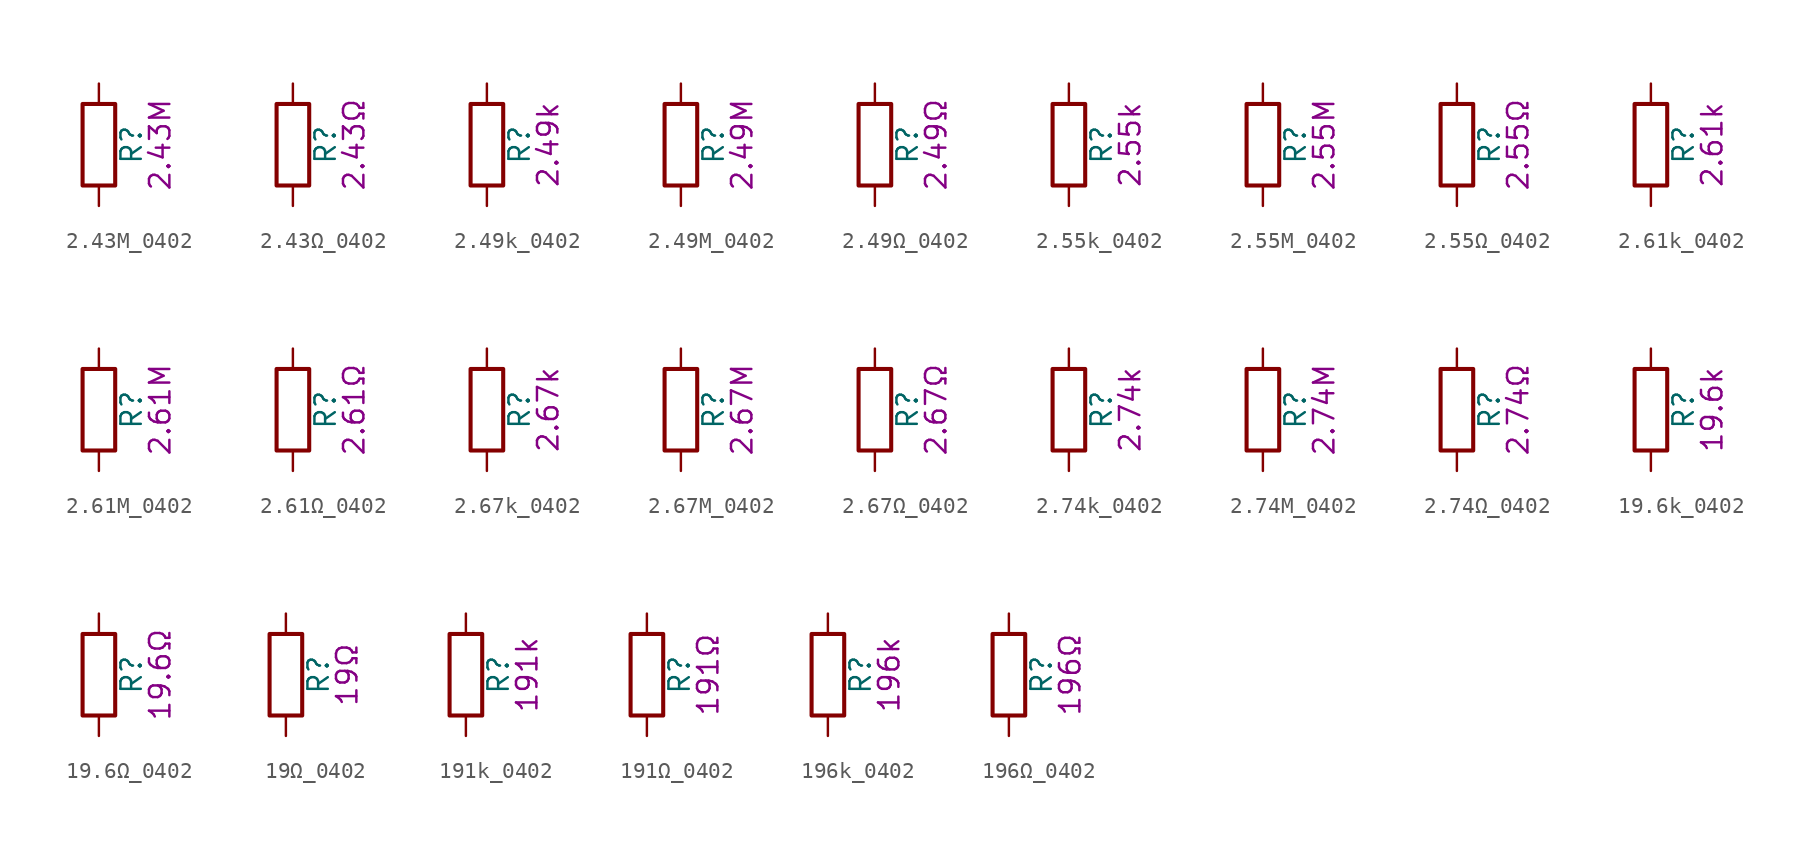
<source format=kicad_sym>
(kicad_symbol_lib
  (version 20211014)
  (generator kicad_symbol_editor)
  (symbol "2.43M_0402"
    (pin_numbers hide)
    (pin_names
      (offset 0))
    (property "Reference" "R"
      (at 2.032 0 90)
      (effects (font (size 1.27 1.27))))
    (property "Display" "2.43M"
      (at 3.81 0 90)
      (effects (font (size 1.27 1.27))))
    (symbol "2.43M_0402_0_1"
      (rectangle (start -1.016 -2.54) (end 1.016 2.54) (stroke (width 0.254) (type default) (color 0 0 0 0)) (fill (type none))))
    (symbol "2.43M_0402_1_1"
      (pin passive line (at 0 3.81 270) (length 1.27) (name "~" (effects (font (size 1.27 1.27)))) (number "1" (effects (font (size 1.27 1.27)))))
      (pin passive line (at 0 -3.81 90) (length 1.27) (name "~" (effects (font (size 1.27 1.27)))) (number "2" (effects (font (size 1.27 1.27)))))))
  (symbol "2.43Ω_0402"
    (pin_numbers hide)
    (pin_names
      (offset 0))
    (property "Reference" "R"
      (at 2.032 0 90)
      (effects (font (size 1.27 1.27))))
    (property "Display" "2.43Ω"
      (at 3.81 0 90)
      (effects (font (size 1.27 1.27))))
    (symbol "2.43Ω_0402_0_1"
      (rectangle (start -1.016 -2.54) (end 1.016 2.54) (stroke (width 0.254) (type default) (color 0 0 0 0)) (fill (type none))))
    (symbol "2.43Ω_0402_1_1"
      (pin passive line (at 0 3.81 270) (length 1.27) (name "~" (effects (font (size 1.27 1.27)))) (number "1" (effects (font (size 1.27 1.27)))))
      (pin passive line (at 0 -3.81 90) (length 1.27) (name "~" (effects (font (size 1.27 1.27)))) (number "2" (effects (font (size 1.27 1.27)))))))
  (symbol "2.49k_0402"
    (pin_numbers hide)
    (pin_names
      (offset 0))
    (property "Reference" "R"
      (at 2.032 0 90)
      (effects (font (size 1.27 1.27))))
    (property "Display" "2.49k"
      (at 3.81 0 90)
      (effects (font (size 1.27 1.27))))
    (symbol "2.49k_0402_0_1"
      (rectangle (start -1.016 -2.54) (end 1.016 2.54) (stroke (width 0.254) (type default) (color 0 0 0 0)) (fill (type none))))
    (symbol "2.49k_0402_1_1"
      (pin passive line (at 0 3.81 270) (length 1.27) (name "~" (effects (font (size 1.27 1.27)))) (number "1" (effects (font (size 1.27 1.27)))))
      (pin passive line (at 0 -3.81 90) (length 1.27) (name "~" (effects (font (size 1.27 1.27)))) (number "2" (effects (font (size 1.27 1.27)))))))
  (symbol "2.49M_0402"
    (pin_numbers hide)
    (pin_names
      (offset 0))
    (property "Reference" "R"
      (at 2.032 0 90)
      (effects (font (size 1.27 1.27))))
    (property "Display" "2.49M"
      (at 3.81 0 90)
      (effects (font (size 1.27 1.27))))
    (symbol "2.49M_0402_0_1"
      (rectangle (start -1.016 -2.54) (end 1.016 2.54) (stroke (width 0.254) (type default) (color 0 0 0 0)) (fill (type none))))
    (symbol "2.49M_0402_1_1"
      (pin passive line (at 0 3.81 270) (length 1.27) (name "~" (effects (font (size 1.27 1.27)))) (number "1" (effects (font (size 1.27 1.27)))))
      (pin passive line (at 0 -3.81 90) (length 1.27) (name "~" (effects (font (size 1.27 1.27)))) (number "2" (effects (font (size 1.27 1.27)))))))
  (symbol "2.49Ω_0402"
    (pin_numbers hide)
    (pin_names
      (offset 0))
    (property "Reference" "R"
      (at 2.032 0 90)
      (effects (font (size 1.27 1.27))))
    (property "Display" "2.49Ω"
      (at 3.81 0 90)
      (effects (font (size 1.27 1.27))))
    (symbol "2.49Ω_0402_0_1"
      (rectangle (start -1.016 -2.54) (end 1.016 2.54) (stroke (width 0.254) (type default) (color 0 0 0 0)) (fill (type none))))
    (symbol "2.49Ω_0402_1_1"
      (pin passive line (at 0 3.81 270) (length 1.27) (name "~" (effects (font (size 1.27 1.27)))) (number "1" (effects (font (size 1.27 1.27)))))
      (pin passive line (at 0 -3.81 90) (length 1.27) (name "~" (effects (font (size 1.27 1.27)))) (number "2" (effects (font (size 1.27 1.27)))))))
  (symbol "2.55k_0402"
    (pin_numbers hide)
    (pin_names
      (offset 0))
    (property "Reference" "R"
      (at 2.032 0 90)
      (effects (font (size 1.27 1.27))))
    (property "Display" "2.55k"
      (at 3.81 0 90)
      (effects (font (size 1.27 1.27))))
    (symbol "2.55k_0402_0_1"
      (rectangle (start -1.016 -2.54) (end 1.016 2.54) (stroke (width 0.254) (type default) (color 0 0 0 0)) (fill (type none))))
    (symbol "2.55k_0402_1_1"
      (pin passive line (at 0 3.81 270) (length 1.27) (name "~" (effects (font (size 1.27 1.27)))) (number "1" (effects (font (size 1.27 1.27)))))
      (pin passive line (at 0 -3.81 90) (length 1.27) (name "~" (effects (font (size 1.27 1.27)))) (number "2" (effects (font (size 1.27 1.27)))))))
  (symbol "2.55M_0402"
    (pin_numbers hide)
    (pin_names
      (offset 0))
    (property "Reference" "R"
      (at 2.032 0 90)
      (effects (font (size 1.27 1.27))))
    (property "Display" "2.55M"
      (at 3.81 0 90)
      (effects (font (size 1.27 1.27))))
    (symbol "2.55M_0402_0_1"
      (rectangle (start -1.016 -2.54) (end 1.016 2.54) (stroke (width 0.254) (type default) (color 0 0 0 0)) (fill (type none))))
    (symbol "2.55M_0402_1_1"
      (pin passive line (at 0 3.81 270) (length 1.27) (name "~" (effects (font (size 1.27 1.27)))) (number "1" (effects (font (size 1.27 1.27)))))
      (pin passive line (at 0 -3.81 90) (length 1.27) (name "~" (effects (font (size 1.27 1.27)))) (number "2" (effects (font (size 1.27 1.27)))))))
  (symbol "2.55Ω_0402"
    (pin_numbers hide)
    (pin_names
      (offset 0))
    (property "Reference" "R"
      (at 2.032 0 90)
      (effects (font (size 1.27 1.27))))
    (property "Display" "2.55Ω"
      (at 3.81 0 90)
      (effects (font (size 1.27 1.27))))
    (symbol "2.55Ω_0402_0_1"
      (rectangle (start -1.016 -2.54) (end 1.016 2.54) (stroke (width 0.254) (type default) (color 0 0 0 0)) (fill (type none))))
    (symbol "2.55Ω_0402_1_1"
      (pin passive line (at 0 3.81 270) (length 1.27) (name "~" (effects (font (size 1.27 1.27)))) (number "1" (effects (font (size 1.27 1.27)))))
      (pin passive line (at 0 -3.81 90) (length 1.27) (name "~" (effects (font (size 1.27 1.27)))) (number "2" (effects (font (size 1.27 1.27)))))))
  (symbol "2.61k_0402"
    (pin_numbers hide)
    (pin_names
      (offset 0))
    (property "Reference" "R"
      (at 2.032 0 90)
      (effects (font (size 1.27 1.27))))
    (property "Display" "2.61k"
      (at 3.81 0 90)
      (effects (font (size 1.27 1.27))))
    (symbol "2.61k_0402_0_1"
      (rectangle (start -1.016 -2.54) (end 1.016 2.54) (stroke (width 0.254) (type default) (color 0 0 0 0)) (fill (type none))))
    (symbol "2.61k_0402_1_1"
      (pin passive line (at 0 3.81 270) (length 1.27) (name "~" (effects (font (size 1.27 1.27)))) (number "1" (effects (font (size 1.27 1.27)))))
      (pin passive line (at 0 -3.81 90) (length 1.27) (name "~" (effects (font (size 1.27 1.27)))) (number "2" (effects (font (size 1.27 1.27)))))))
  (symbol "2.61M_0402"
    (pin_numbers hide)
    (pin_names
      (offset 0))
    (property "Reference" "R"
      (at 2.032 0 90)
      (effects (font (size 1.27 1.27))))
    (property "Display" "2.61M"
      (at 3.81 0 90)
      (effects (font (size 1.27 1.27))))
    (symbol "2.61M_0402_0_1"
      (rectangle (start -1.016 -2.54) (end 1.016 2.54) (stroke (width 0.254) (type default) (color 0 0 0 0)) (fill (type none))))
    (symbol "2.61M_0402_1_1"
      (pin passive line (at 0 3.81 270) (length 1.27) (name "~" (effects (font (size 1.27 1.27)))) (number "1" (effects (font (size 1.27 1.27)))))
      (pin passive line (at 0 -3.81 90) (length 1.27) (name "~" (effects (font (size 1.27 1.27)))) (number "2" (effects (font (size 1.27 1.27)))))))
  (symbol "2.61Ω_0402"
    (pin_numbers hide)
    (pin_names
      (offset 0))
    (property "Reference" "R"
      (at 2.032 0 90)
      (effects (font (size 1.27 1.27))))
    (property "Display" "2.61Ω"
      (at 3.81 0 90)
      (effects (font (size 1.27 1.27))))
    (symbol "2.61Ω_0402_0_1"
      (rectangle (start -1.016 -2.54) (end 1.016 2.54) (stroke (width 0.254) (type default) (color 0 0 0 0)) (fill (type none))))
    (symbol "2.61Ω_0402_1_1"
      (pin passive line (at 0 3.81 270) (length 1.27) (name "~" (effects (font (size 1.27 1.27)))) (number "1" (effects (font (size 1.27 1.27)))))
      (pin passive line (at 0 -3.81 90) (length 1.27) (name "~" (effects (font (size 1.27 1.27)))) (number "2" (effects (font (size 1.27 1.27)))))))
  (symbol "2.67k_0402"
    (pin_numbers hide)
    (pin_names
      (offset 0))
    (property "Reference" "R"
      (at 2.032 0 90)
      (effects (font (size 1.27 1.27))))
    (property "Display" "2.67k"
      (at 3.81 0 90)
      (effects (font (size 1.27 1.27))))
    (symbol "2.67k_0402_0_1"
      (rectangle (start -1.016 -2.54) (end 1.016 2.54) (stroke (width 0.254) (type default) (color 0 0 0 0)) (fill (type none))))
    (symbol "2.67k_0402_1_1"
      (pin passive line (at 0 3.81 270) (length 1.27) (name "~" (effects (font (size 1.27 1.27)))) (number "1" (effects (font (size 1.27 1.27)))))
      (pin passive line (at 0 -3.81 90) (length 1.27) (name "~" (effects (font (size 1.27 1.27)))) (number "2" (effects (font (size 1.27 1.27)))))))
  (symbol "2.67M_0402"
    (pin_numbers hide)
    (pin_names
      (offset 0))
    (property "Reference" "R"
      (at 2.032 0 90)
      (effects (font (size 1.27 1.27))))
    (property "Display" "2.67M"
      (at 3.81 0 90)
      (effects (font (size 1.27 1.27))))
    (symbol "2.67M_0402_0_1"
      (rectangle (start -1.016 -2.54) (end 1.016 2.54) (stroke (width 0.254) (type default) (color 0 0 0 0)) (fill (type none))))
    (symbol "2.67M_0402_1_1"
      (pin passive line (at 0 3.81 270) (length 1.27) (name "~" (effects (font (size 1.27 1.27)))) (number "1" (effects (font (size 1.27 1.27)))))
      (pin passive line (at 0 -3.81 90) (length 1.27) (name "~" (effects (font (size 1.27 1.27)))) (number "2" (effects (font (size 1.27 1.27)))))))
  (symbol "2.67Ω_0402"
    (pin_numbers hide)
    (pin_names
      (offset 0))
    (property "Reference" "R"
      (at 2.032 0 90)
      (effects (font (size 1.27 1.27))))
    (property "Display" "2.67Ω"
      (at 3.81 0 90)
      (effects (font (size 1.27 1.27))))
    (symbol "2.67Ω_0402_0_1"
      (rectangle (start -1.016 -2.54) (end 1.016 2.54) (stroke (width 0.254) (type default) (color 0 0 0 0)) (fill (type none))))
    (symbol "2.67Ω_0402_1_1"
      (pin passive line (at 0 3.81 270) (length 1.27) (name "~" (effects (font (size 1.27 1.27)))) (number "1" (effects (font (size 1.27 1.27)))))
      (pin passive line (at 0 -3.81 90) (length 1.27) (name "~" (effects (font (size 1.27 1.27)))) (number "2" (effects (font (size 1.27 1.27)))))))
  (symbol "2.74k_0402"
    (pin_numbers hide)
    (pin_names
      (offset 0))
    (property "Reference" "R"
      (at 2.032 0 90)
      (effects (font (size 1.27 1.27))))
    (property "Display" "2.74k"
      (at 3.81 0 90)
      (effects (font (size 1.27 1.27))))
    (symbol "2.74k_0402_0_1"
      (rectangle (start -1.016 -2.54) (end 1.016 2.54) (stroke (width 0.254) (type default) (color 0 0 0 0)) (fill (type none))))
    (symbol "2.74k_0402_1_1"
      (pin passive line (at 0 3.81 270) (length 1.27) (name "~" (effects (font (size 1.27 1.27)))) (number "1" (effects (font (size 1.27 1.27)))))
      (pin passive line (at 0 -3.81 90) (length 1.27) (name "~" (effects (font (size 1.27 1.27)))) (number "2" (effects (font (size 1.27 1.27)))))))
  (symbol "2.74M_0402"
    (pin_numbers hide)
    (pin_names
      (offset 0))
    (property "Reference" "R"
      (at 2.032 0 90)
      (effects (font (size 1.27 1.27))))
    (property "Display" "2.74M"
      (at 3.81 0 90)
      (effects (font (size 1.27 1.27))))
    (symbol "2.74M_0402_0_1"
      (rectangle (start -1.016 -2.54) (end 1.016 2.54) (stroke (width 0.254) (type default) (color 0 0 0 0)) (fill (type none))))
    (symbol "2.74M_0402_1_1"
      (pin passive line (at 0 3.81 270) (length 1.27) (name "~" (effects (font (size 1.27 1.27)))) (number "1" (effects (font (size 1.27 1.27)))))
      (pin passive line (at 0 -3.81 90) (length 1.27) (name "~" (effects (font (size 1.27 1.27)))) (number "2" (effects (font (size 1.27 1.27)))))))
  (symbol "2.74Ω_0402"
    (pin_numbers hide)
    (pin_names
      (offset 0))
    (property "Reference" "R"
      (at 2.032 0 90)
      (effects (font (size 1.27 1.27))))
    (property "Display" "2.74Ω"
      (at 3.81 0 90)
      (effects (font (size 1.27 1.27))))
    (symbol "2.74Ω_0402_0_1"
      (rectangle (start -1.016 -2.54) (end 1.016 2.54) (stroke (width 0.254) (type default) (color 0 0 0 0)) (fill (type none))))
    (symbol "2.74Ω_0402_1_1"
      (pin passive line (at 0 3.81 270) (length 1.27) (name "~" (effects (font (size 1.27 1.27)))) (number "1" (effects (font (size 1.27 1.27)))))
      (pin passive line (at 0 -3.81 90) (length 1.27) (name "~" (effects (font (size 1.27 1.27)))) (number "2" (effects (font (size 1.27 1.27)))))))
  (symbol "19.6k_0402"
    (pin_numbers hide)
    (pin_names
      (offset 0))
    (property "Reference" "R"
      (at 2.032 0 90)
      (effects (font (size 1.27 1.27))))
    (property "Display" "19.6k"
      (at 3.81 0 90)
      (effects (font (size 1.27 1.27))))
    (symbol "19.6k_0402_0_1"
      (rectangle (start -1.016 -2.54) (end 1.016 2.54) (stroke (width 0.254) (type default) (color 0 0 0 0)) (fill (type none))))
    (symbol "19.6k_0402_1_1"
      (pin passive line (at 0 3.81 270) (length 1.27) (name "~" (effects (font (size 1.27 1.27)))) (number "1" (effects (font (size 1.27 1.27)))))
      (pin passive line (at 0 -3.81 90) (length 1.27) (name "~" (effects (font (size 1.27 1.27)))) (number "2" (effects (font (size 1.27 1.27)))))))
  (symbol "19.6Ω_0402"
    (pin_numbers hide)
    (pin_names
      (offset 0))
    (property "Reference" "R"
      (at 2.032 0 90)
      (effects (font (size 1.27 1.27))))
    (property "Display" "19.6Ω"
      (at 3.81 0 90)
      (effects (font (size 1.27 1.27))))
    (symbol "19.6Ω_0402_0_1"
      (rectangle (start -1.016 -2.54) (end 1.016 2.54) (stroke (width 0.254) (type default) (color 0 0 0 0)) (fill (type none))))
    (symbol "19.6Ω_0402_1_1"
      (pin passive line (at 0 3.81 270) (length 1.27) (name "~" (effects (font (size 1.27 1.27)))) (number "1" (effects (font (size 1.27 1.27)))))
      (pin passive line (at 0 -3.81 90) (length 1.27) (name "~" (effects (font (size 1.27 1.27)))) (number "2" (effects (font (size 1.27 1.27)))))))
  (symbol "19Ω_0402"
    (pin_numbers hide)
    (pin_names
      (offset 0))
    (property "Reference" "R"
      (at 2.032 0 90)
      (effects (font (size 1.27 1.27))))
    (property "Display" "19Ω"
      (at 3.81 0 90)
      (effects (font (size 1.27 1.27))))
    (symbol "19Ω_0402_0_1"
      (rectangle (start -1.016 -2.54) (end 1.016 2.54) (stroke (width 0.254) (type default) (color 0 0 0 0)) (fill (type none))))
    (symbol "19Ω_0402_1_1"
      (pin passive line (at 0 3.81 270) (length 1.27) (name "~" (effects (font (size 1.27 1.27)))) (number "1" (effects (font (size 1.27 1.27)))))
      (pin passive line (at 0 -3.81 90) (length 1.27) (name "~" (effects (font (size 1.27 1.27)))) (number "2" (effects (font (size 1.27 1.27)))))))
  (symbol "191k_0402"
    (pin_numbers hide)
    (pin_names
      (offset 0))
    (property "Reference" "R"
      (at 2.032 0 90)
      (effects (font (size 1.27 1.27))))
    (property "Display" "191k"
      (at 3.81 0 90)
      (effects (font (size 1.27 1.27))))
    (symbol "191k_0402_0_1"
      (rectangle (start -1.016 -2.54) (end 1.016 2.54) (stroke (width 0.254) (type default) (color 0 0 0 0)) (fill (type none))))
    (symbol "191k_0402_1_1"
      (pin passive line (at 0 3.81 270) (length 1.27) (name "~" (effects (font (size 1.27 1.27)))) (number "1" (effects (font (size 1.27 1.27)))))
      (pin passive line (at 0 -3.81 90) (length 1.27) (name "~" (effects (font (size 1.27 1.27)))) (number "2" (effects (font (size 1.27 1.27)))))))
  (symbol "191Ω_0402"
    (pin_numbers hide)
    (pin_names
      (offset 0))
    (property "Reference" "R"
      (at 2.032 0 90)
      (effects (font (size 1.27 1.27))))
    (property "Display" "191Ω"
      (at 3.81 0 90)
      (effects (font (size 1.27 1.27))))
    (symbol "191Ω_0402_0_1"
      (rectangle (start -1.016 -2.54) (end 1.016 2.54) (stroke (width 0.254) (type default) (color 0 0 0 0)) (fill (type none))))
    (symbol "191Ω_0402_1_1"
      (pin passive line (at 0 3.81 270) (length 1.27) (name "~" (effects (font (size 1.27 1.27)))) (number "1" (effects (font (size 1.27 1.27)))))
      (pin passive line (at 0 -3.81 90) (length 1.27) (name "~" (effects (font (size 1.27 1.27)))) (number "2" (effects (font (size 1.27 1.27)))))))
  (symbol "196k_0402"
    (pin_numbers hide)
    (pin_names
      (offset 0))
    (property "Reference" "R"
      (at 2.032 0 90)
      (effects (font (size 1.27 1.27))))
    (property "Display" "196k"
      (at 3.81 0 90)
      (effects (font (size 1.27 1.27))))
    (symbol "196k_0402_0_1"
      (rectangle (start -1.016 -2.54) (end 1.016 2.54) (stroke (width 0.254) (type default) (color 0 0 0 0)) (fill (type none))))
    (symbol "196k_0402_1_1"
      (pin passive line (at 0 3.81 270) (length 1.27) (name "~" (effects (font (size 1.27 1.27)))) (number "1" (effects (font (size 1.27 1.27)))))
      (pin passive line (at 0 -3.81 90) (length 1.27) (name "~" (effects (font (size 1.27 1.27)))) (number "2" (effects (font (size 1.27 1.27)))))))
  (symbol "196Ω_0402"
    (pin_numbers hide)
    (pin_names
      (offset 0))
    (property "Reference" "R"
      (at 2.032 0 90)
      (effects (font (size 1.27 1.27))))
    (property "Display" "196Ω"
      (at 3.81 0 90)
      (effects (font (size 1.27 1.27))))
    (symbol "196Ω_0402_0_1"
      (rectangle (start -1.016 -2.54) (end 1.016 2.54) (stroke (width 0.254) (type default) (color 0 0 0 0)) (fill (type none))))
    (symbol "196Ω_0402_1_1"
      (pin passive line (at 0 3.81 270) (length 1.27) (name "~" (effects (font (size 1.27 1.27)))) (number "1" (effects (font (size 1.27 1.27)))))
      (pin passive line (at 0 -3.81 90) (length 1.27) (name "~" (effects (font (size 1.27 1.27)))) (number "2" (effects (font (size 1.27 1.27))))))))
</source>
